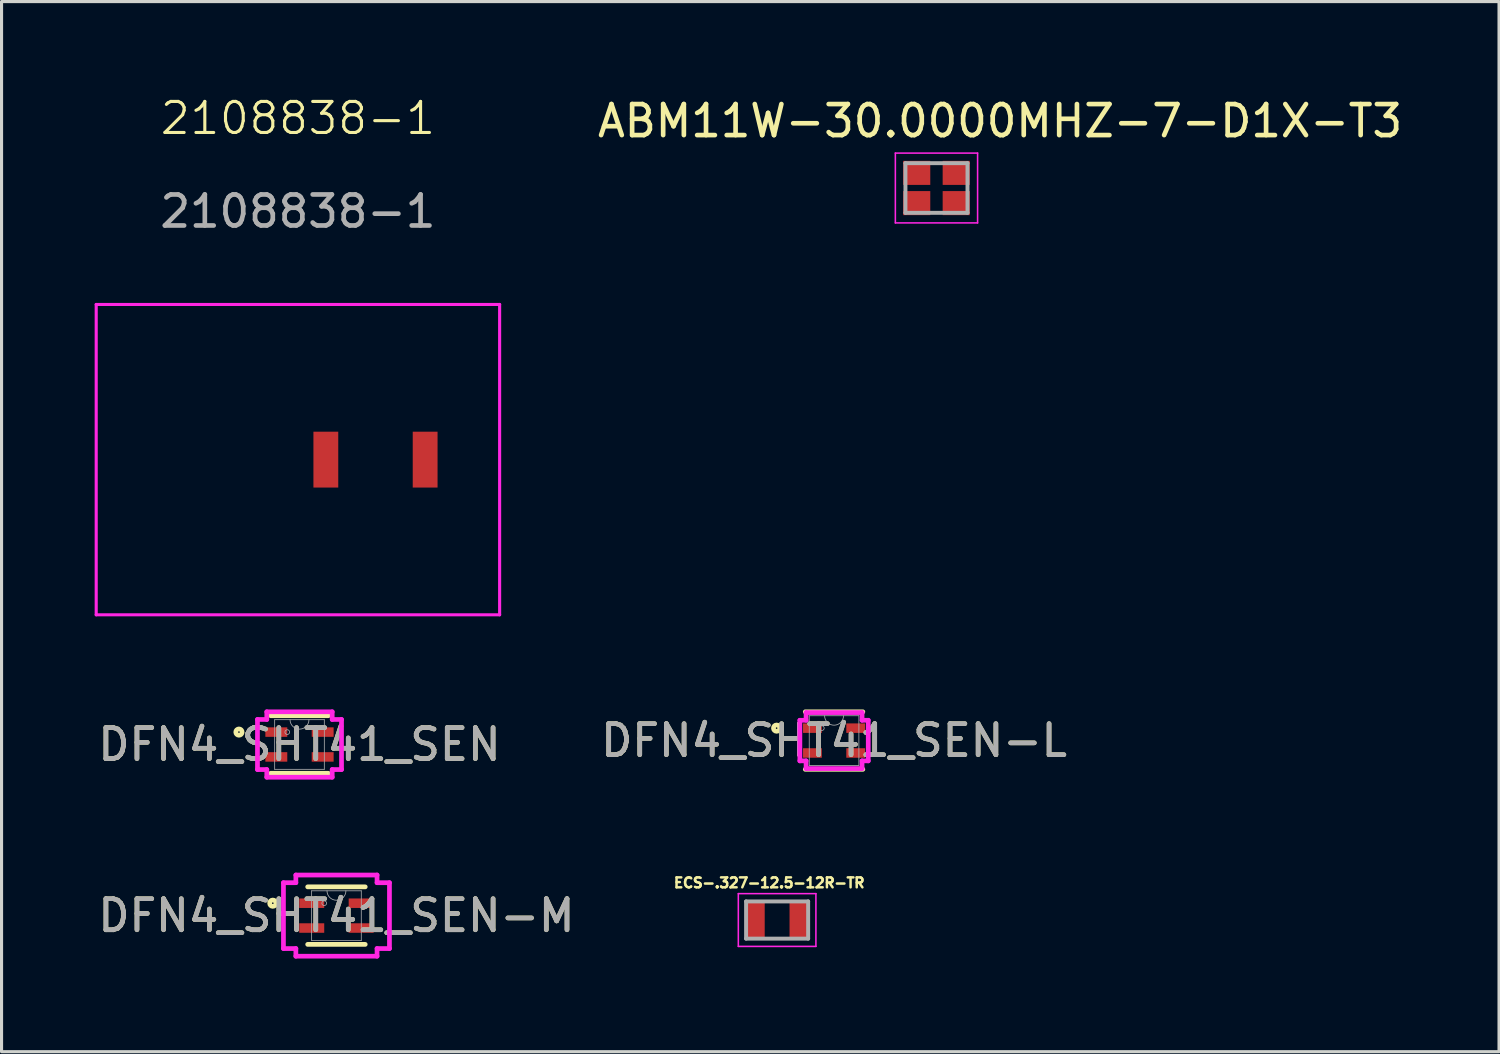
<source format=kicad_pcb>
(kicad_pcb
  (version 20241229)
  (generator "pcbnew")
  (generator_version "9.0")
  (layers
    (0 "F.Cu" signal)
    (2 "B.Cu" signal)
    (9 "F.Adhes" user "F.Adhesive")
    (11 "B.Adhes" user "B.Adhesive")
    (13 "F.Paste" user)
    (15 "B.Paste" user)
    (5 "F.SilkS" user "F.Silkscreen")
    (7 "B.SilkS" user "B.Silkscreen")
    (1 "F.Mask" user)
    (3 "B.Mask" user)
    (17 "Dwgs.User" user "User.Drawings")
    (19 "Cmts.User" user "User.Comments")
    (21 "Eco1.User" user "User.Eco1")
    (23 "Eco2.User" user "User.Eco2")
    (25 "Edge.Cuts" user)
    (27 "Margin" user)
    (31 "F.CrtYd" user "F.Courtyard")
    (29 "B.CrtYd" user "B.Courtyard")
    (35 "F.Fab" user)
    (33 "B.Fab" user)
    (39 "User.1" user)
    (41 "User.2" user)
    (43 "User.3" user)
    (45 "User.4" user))
  (footprint "ABM11W-30.0000MHZ-7-D1X-T3"
    (layer "F.Cu")
    (at 27.127 3.008)
    (property "Reference" "ABM11W-30.0000MHZ-7-D1X-T3" (at 2.05 -2.16 0) (layer "F.SilkS") (effects (font (size 1 1) (thickness 0.15))))
    (attr smd)
    (fp_line (start -1.325 -1.125) (end 1.325 -1.125) (stroke (width 0.05) (type solid)) (layer "F.CrtYd"))
    (fp_line (start -1.325 1.125) (end -1.325 -1.125) (stroke (width 0.05) (type solid)) (layer "F.CrtYd"))
    (fp_line (start -1.325 1.125) (end 1.325 1.125) (stroke (width 0.05) (type solid)) (layer "F.CrtYd"))
    (fp_line (start 1.325 -1.125) (end 1.325 1.125) (stroke (width 0.05) (type solid)) (layer "F.CrtYd"))
    (fp_line (start -1 -0.8) (end 1 -0.8) (stroke (width 0.127) (type solid)) (layer "F.Fab"))
    (fp_line (start -1 0.8) (end -1 -0.8) (stroke (width 0.127) (type solid)) (layer "F.Fab"))
    (fp_line (start -1 0.8) (end 1 0.8) (stroke (width 0.127) (type solid)) (layer "F.Fab"))
    (fp_line (start 1 -0.8) (end 1 0.8) (stroke (width 0.127) (type solid)) (layer "F.Fab"))
    (pad "1" smd rect (at -0.637 -0.487 90) (size 0.775 0.875) (layers "F.Cu" "F.Mask" "F.Paste"))
    (pad "2" smd rect (at 0.637 -0.487 90) (size 0.775 0.875) (layers "F.Cu" "F.Mask" "F.Paste"))
    (pad "3" smd rect (at -0.637 0.487 90) (size 0.775 0.875) (layers "F.Cu" "F.Mask" "F.Paste"))
    (pad "4" smd rect (at 0.637 0.487 90) (size 0.775 0.875) (layers "F.Cu" "F.Mask" "F.Paste")))
  (footprint "2108838-1"
    (layer "F.Cu")
    (at 6.55 11.761)
    (property "Reference" "2108838-1" (at 0 -11 0) (unlocked yes) (layer "F.SilkS") (effects (font (size 1 1) (thickness 0.1))))
    (attr smd)
    (fp_line (start -6.5 -5) (end 6.5 -5) (stroke (width 0.1) (type default)) (layer "F.CrtYd"))
    (fp_line (start -6.5 5) (end -6.5 -5) (stroke (width 0.1) (type default)) (layer "F.CrtYd"))
    (fp_line (start 6.5 -5) (end 6.5 5) (stroke (width 0.1) (type default)) (layer "F.CrtYd"))
    (fp_line (start 6.5 5) (end -6.5 5) (stroke (width 0.1) (type default)) (layer "F.CrtYd"))
    (fp_text user "${REFERENCE}" (at 0 -8 0) (unlocked yes) (layer "F.Fab") (effects (font (size 1 1) (thickness 0.15))))
    (pad "1" smd rect (at 4.1 0) (size 0.8 1.8) (layers "F.Cu" "F.Mask" "F.Paste"))
    (pad "2" smd rect (at 0.9 0) (size 0.8 1.8) (layers "F.Cu" "F.Mask" "F.Paste"))
    (zone (net_name "") (layers "F.Cu" "B.Cu") (hatch edge 0.5) (connect_pads) (min_thickness 0.25) (filled_areas_thickness no) (keepout (tracks allowed) (vias not_allowed) (pads allowed) (copperpour not_allowed) (footprints not_allowed)) (placement (enabled no)) (fill) (polygon (pts (xy 0.05 6.761) (xy 0.05 16.761) (xy 13.05 16.761) (xy 13.05 6.761)))))
  (footprint "DFN4_SHT41_SEN-M"
    (layer "F.Cu")
    (at 7.792 26.455)
    (property "Reference" "DFN4_SHT41_SEN-M" (at 0 0 0) (unlocked yes) (layer "F.SilkS") (effects (font (size 1 1) (thickness 0.15))))
    (attr smd)
    (fp_line (start -0.927 0.927) (end 0.927 0.927) (stroke (width 0.152) (type solid)) (layer "F.SilkS"))
    (fp_line (start 0.927 -0.927) (end -0.927 -0.927) (stroke (width 0.152) (type solid)) (layer "F.SilkS"))
    (fp_circle (center -2.051 -0.4) (end -1.949 -0.4) (stroke (width 0.152) (type solid)) (fill no) (layer "F.SilkS"))
    (fp_line (start -1.708 -1.061) (end -1.308 -1.061) (stroke (width 0.152) (type solid)) (layer "F.CrtYd"))
    (fp_line (start -1.708 1.061) (end -1.708 -1.061) (stroke (width 0.152) (type solid)) (layer "F.CrtYd"))
    (fp_line (start -1.708 1.061) (end -1.308 1.061) (stroke (width 0.152) (type solid)) (layer "F.CrtYd"))
    (fp_line (start -1.308 -1.308) (end 1.308 -1.308) (stroke (width 0.152) (type solid)) (layer "F.CrtYd"))
    (fp_line (start -1.308 -1.061) (end -1.308 -1.308) (stroke (width 0.152) (type solid)) (layer "F.CrtYd"))
    (fp_line (start -1.308 1.308) (end -1.308 1.061) (stroke (width 0.152) (type solid)) (layer "F.CrtYd"))
    (fp_line (start 1.308 -1.308) (end 1.308 -1.061) (stroke (width 0.152) (type solid)) (layer "F.CrtYd"))
    (fp_line (start 1.308 1.061) (end 1.308 1.308) (stroke (width 0.152) (type solid)) (layer "F.CrtYd"))
    (fp_line (start 1.308 1.308) (end -1.308 1.308) (stroke (width 0.152) (type solid)) (layer "F.CrtYd"))
    (fp_line (start 1.708 -1.061) (end 1.308 -1.061) (stroke (width 0.152) (type solid)) (layer "F.CrtYd"))
    (fp_line (start 1.708 -1.061) (end 1.708 1.061) (stroke (width 0.152) (type solid)) (layer "F.CrtYd"))
    (fp_line (start 1.708 1.061) (end 1.308 1.061) (stroke (width 0.152) (type solid)) (layer "F.CrtYd"))
    (fp_line (start -0.8 -0.8) (end -0.8 0.8) (stroke (width 0.025) (type solid)) (layer "F.Fab"))
    (fp_line (start -0.8 0.8) (end 0.8 0.8) (stroke (width 0.025) (type solid)) (layer "F.Fab"))
    (fp_line (start 0.8 -0.8) (end -0.8 -0.8) (stroke (width 0.025) (type solid)) (layer "F.Fab"))
    (fp_line (start 0.8 0.8) (end 0.8 -0.8) (stroke (width 0.025) (type solid)) (layer "F.Fab"))
    (fp_arc (start 0.3048 -0.8001) (mid 0 -0.4953) (end -0.3048 -0.8001) (stroke (width 0.0254) (type solid)) (layer "F.Fab"))
    (fp_circle (center -0.394 -0.4) (end -0.318 -0.4) (stroke (width 0.025) (type solid)) (fill no) (layer "F.Fab"))
    (fp_text user "${REFERENCE}" (at 0 0 0) (unlocked yes) (layer "F.Fab") (effects (font (size 1 1) (thickness 0.15))))
    (pad "1" smd rect (at -0.797 -0.4) (size 0.806 0.306) (layers "F.Cu" "F.Mask" "F.Paste"))
    (pad "2" smd rect (at -0.797 0.4) (size 0.806 0.306) (layers "F.Cu" "F.Mask" "F.Paste"))
    (pad "3" smd rect (at 0.797 0.4) (size 0.806 0.306) (layers "F.Cu" "F.Mask" "F.Paste"))
    (pad "4" smd rect (at 0.797 -0.4) (size 0.806 0.306) (layers "F.Cu" "F.Mask" "F.Paste")))
  (footprint "DFN4_SHT41_SEN"
    (layer "F.Cu")
    (at 6.601 20.941)
    (property "Reference" "DFN4_SHT41_SEN" (at 0 0 0) (unlocked yes) (layer "F.SilkS") (effects (font (size 1 1) (thickness 0.15))))
    (attr smd)
    (fp_line (start -0.927 0.927) (end 0.927 0.927) (stroke (width 0.152) (type solid)) (layer "F.SilkS"))
    (fp_line (start 0.927 -0.927) (end -0.927 -0.927) (stroke (width 0.152) (type solid)) (layer "F.SilkS"))
    (fp_circle (center -1.951 -0.4) (end -1.849 -0.4) (stroke (width 0.152) (type solid)) (fill no) (layer "F.SilkS"))
    (fp_line (start -1.354 -0.807) (end -1.054 -0.807) (stroke (width 0.152) (type solid)) (layer "F.CrtYd"))
    (fp_line (start -1.354 0.807) (end -1.354 -0.807) (stroke (width 0.152) (type solid)) (layer "F.CrtYd"))
    (fp_line (start -1.354 0.807) (end -1.054 0.807) (stroke (width 0.152) (type solid)) (layer "F.CrtYd"))
    (fp_line (start -1.054 -1.054) (end 1.054 -1.054) (stroke (width 0.152) (type solid)) (layer "F.CrtYd"))
    (fp_line (start -1.054 -0.807) (end -1.054 -1.054) (stroke (width 0.152) (type solid)) (layer "F.CrtYd"))
    (fp_line (start -1.054 1.054) (end -1.054 0.807) (stroke (width 0.152) (type solid)) (layer "F.CrtYd"))
    (fp_line (start 1.054 -1.054) (end 1.054 -0.807) (stroke (width 0.152) (type solid)) (layer "F.CrtYd"))
    (fp_line (start 1.054 0.807) (end 1.054 1.054) (stroke (width 0.152) (type solid)) (layer "F.CrtYd"))
    (fp_line (start 1.054 1.054) (end -1.054 1.054) (stroke (width 0.152) (type solid)) (layer "F.CrtYd"))
    (fp_line (start 1.354 -0.807) (end 1.054 -0.807) (stroke (width 0.152) (type solid)) (layer "F.CrtYd"))
    (fp_line (start 1.354 -0.807) (end 1.354 0.807) (stroke (width 0.152) (type solid)) (layer "F.CrtYd"))
    (fp_line (start 1.354 0.807) (end 1.054 0.807) (stroke (width 0.152) (type solid)) (layer "F.CrtYd"))
    (fp_line (start -0.8 -0.8) (end -0.8 0.8) (stroke (width 0.025) (type solid)) (layer "F.Fab"))
    (fp_line (start -0.8 0.8) (end 0.8 0.8) (stroke (width 0.025) (type solid)) (layer "F.Fab"))
    (fp_line (start 0.8 -0.8) (end -0.8 -0.8) (stroke (width 0.025) (type solid)) (layer "F.Fab"))
    (fp_line (start 0.8 0.8) (end 0.8 -0.8) (stroke (width 0.025) (type solid)) (layer "F.Fab"))
    (fp_arc (start 0.3048 -0.8001) (mid 0 -0.4953) (end -0.3048 -0.8001) (stroke (width 0.0254) (type solid)) (layer "F.Fab"))
    (fp_circle (center -0.394 -0.4) (end -0.318 -0.4) (stroke (width 0.025) (type solid)) (fill no) (layer "F.Fab"))
    (fp_text user "${REFERENCE}" (at 0 0 0) (unlocked yes) (layer "F.Fab") (effects (font (size 1 1) (thickness 0.15))))
    (pad "1" smd rect (at -0.747 -0.4) (size 0.706 0.306) (layers "F.Cu" "F.Mask" "F.Paste"))
    (pad "2" smd rect (at -0.747 0.4) (size 0.706 0.306) (layers "F.Cu" "F.Mask" "F.Paste"))
    (pad "3" smd rect (at 0.747 0.4) (size 0.706 0.306) (layers "F.Cu" "F.Mask" "F.Paste"))
    (pad "4" smd rect (at 0.747 -0.4) (size 0.706 0.306) (layers "F.Cu" "F.Mask" "F.Paste")))
  (footprint "DFN4_SHT41_SEN-L"
    (layer "F.Cu")
    (at 23.827 20.814)
    (property "Reference" "DFN4_SHT41_SEN-L" (at 0 0 0) (unlocked yes) (layer "F.SilkS") (effects (font (size 1 1) (thickness 0.15))))
    (attr smd)
    (fp_line (start -0.927 0.927) (end 0.927 0.927) (stroke (width 0.152) (type solid)) (layer "F.SilkS"))
    (fp_line (start 0.927 -0.927) (end -0.927 -0.927) (stroke (width 0.152) (type solid)) (layer "F.SilkS"))
    (fp_circle (center -1.851 -0.4) (end -1.749 -0.4) (stroke (width 0.152) (type solid)) (fill no) (layer "F.SilkS"))
    (fp_line (start -1.102 -0.654) (end -0.902 -0.654) (stroke (width 0.152) (type solid)) (layer "F.CrtYd"))
    (fp_line (start -1.102 0.654) (end -1.102 -0.654) (stroke (width 0.152) (type solid)) (layer "F.CrtYd"))
    (fp_line (start -1.102 0.654) (end -0.902 0.654) (stroke (width 0.152) (type solid)) (layer "F.CrtYd"))
    (fp_line (start -0.902 -0.902) (end 0.902 -0.902) (stroke (width 0.152) (type solid)) (layer "F.CrtYd"))
    (fp_line (start -0.902 -0.654) (end -0.902 -0.902) (stroke (width 0.152) (type solid)) (layer "F.CrtYd"))
    (fp_line (start -0.902 0.902) (end -0.902 0.654) (stroke (width 0.152) (type solid)) (layer "F.CrtYd"))
    (fp_line (start 0.902 -0.902) (end 0.902 -0.654) (stroke (width 0.152) (type solid)) (layer "F.CrtYd"))
    (fp_line (start 0.902 0.654) (end 0.902 0.902) (stroke (width 0.152) (type solid)) (layer "F.CrtYd"))
    (fp_line (start 0.902 0.902) (end -0.902 0.902) (stroke (width 0.152) (type solid)) (layer "F.CrtYd"))
    (fp_line (start 1.102 -0.654) (end 0.902 -0.654) (stroke (width 0.152) (type solid)) (layer "F.CrtYd"))
    (fp_line (start 1.102 -0.654) (end 1.102 0.654) (stroke (width 0.152) (type solid)) (layer "F.CrtYd"))
    (fp_line (start 1.102 0.654) (end 0.902 0.654) (stroke (width 0.152) (type solid)) (layer "F.CrtYd"))
    (fp_line (start -0.8 -0.8) (end -0.8 0.8) (stroke (width 0.025) (type solid)) (layer "F.Fab"))
    (fp_line (start -0.8 0.8) (end 0.8 0.8) (stroke (width 0.025) (type solid)) (layer "F.Fab"))
    (fp_line (start 0.8 -0.8) (end -0.8 -0.8) (stroke (width 0.025) (type solid)) (layer "F.Fab"))
    (fp_line (start 0.8 0.8) (end 0.8 -0.8) (stroke (width 0.025) (type solid)) (layer "F.Fab"))
    (fp_arc (start 0.3048 -0.8001) (mid 0 -0.4953) (end -0.3048 -0.8001) (stroke (width 0.0254) (type solid)) (layer "F.Fab"))
    (fp_circle (center -0.394 -0.4) (end -0.318 -0.4) (stroke (width 0.025) (type solid)) (fill no) (layer "F.Fab"))
    (fp_text user "${REFERENCE}" (at 0 0 0) (unlocked yes) (layer "F.Fab") (effects (font (size 1 1) (thickness 0.15))))
    (pad "1" smd rect (at -0.697 -0.4) (size 0.606 0.306) (layers "F.Cu" "F.Mask" "F.Paste"))
    (pad "2" smd rect (at -0.697 0.4) (size 0.606 0.306) (layers "F.Cu" "F.Mask" "F.Paste"))
    (pad "3" smd rect (at 0.697 0.4) (size 0.606 0.306) (layers "F.Cu" "F.Mask" "F.Paste"))
    (pad "4" smd rect (at 0.697 -0.4) (size 0.606 0.306) (layers "F.Cu" "F.Mask" "F.Paste")))
  (footprint "ECS-.327-12.5-12R-TR"
    (layer "F.Cu")
    (at 21.992 26.597)
    (property "Reference" "ECS-.327-12.5-12R-TR" (at -0.254 -1.198 0) (layer "F.SilkS") (effects (font (size 0.32 0.32) (thickness 0.15))))
    (attr smd)
    (fp_line (start -1.25 -0.85) (end -1.25 0.85) (stroke (width 0.05) (type solid)) (layer "F.CrtYd"))
    (fp_line (start -1.25 0.85) (end 1.25 0.85) (stroke (width 0.05) (type solid)) (layer "F.CrtYd"))
    (fp_line (start 1.25 -0.85) (end -1.25 -0.85) (stroke (width 0.05) (type solid)) (layer "F.CrtYd"))
    (fp_line (start 1.25 0.85) (end 1.25 -0.85) (stroke (width 0.05) (type solid)) (layer "F.CrtYd"))
    (fp_line (start -1 -0.6) (end -1 0.6) (stroke (width 0.127) (type solid)) (layer "F.Fab"))
    (fp_line (start -1 0.6) (end 1 0.6) (stroke (width 0.127) (type solid)) (layer "F.Fab"))
    (fp_line (start 1 -0.6) (end -1 -0.6) (stroke (width 0.127) (type solid)) (layer "F.Fab"))
    (fp_line (start 1 0.6) (end 1 -0.6) (stroke (width 0.127) (type solid)) (layer "F.Fab"))
    (pad "1" smd rect (at -0.7 0) (size 0.6 1.1) (layers "F.Cu" "F.Mask" "F.Paste"))
    (pad "2" smd rect (at 0.7 0) (size 0.6 1.1) (layers "F.Cu" "F.Mask" "F.Paste")))
  (gr_rect
    (start -3 -3)
    (end 45.255 30.84)
    (stroke (width 0.1) (type default))
    (fill no)
    (layer "Edge.Cuts")))
</source>
